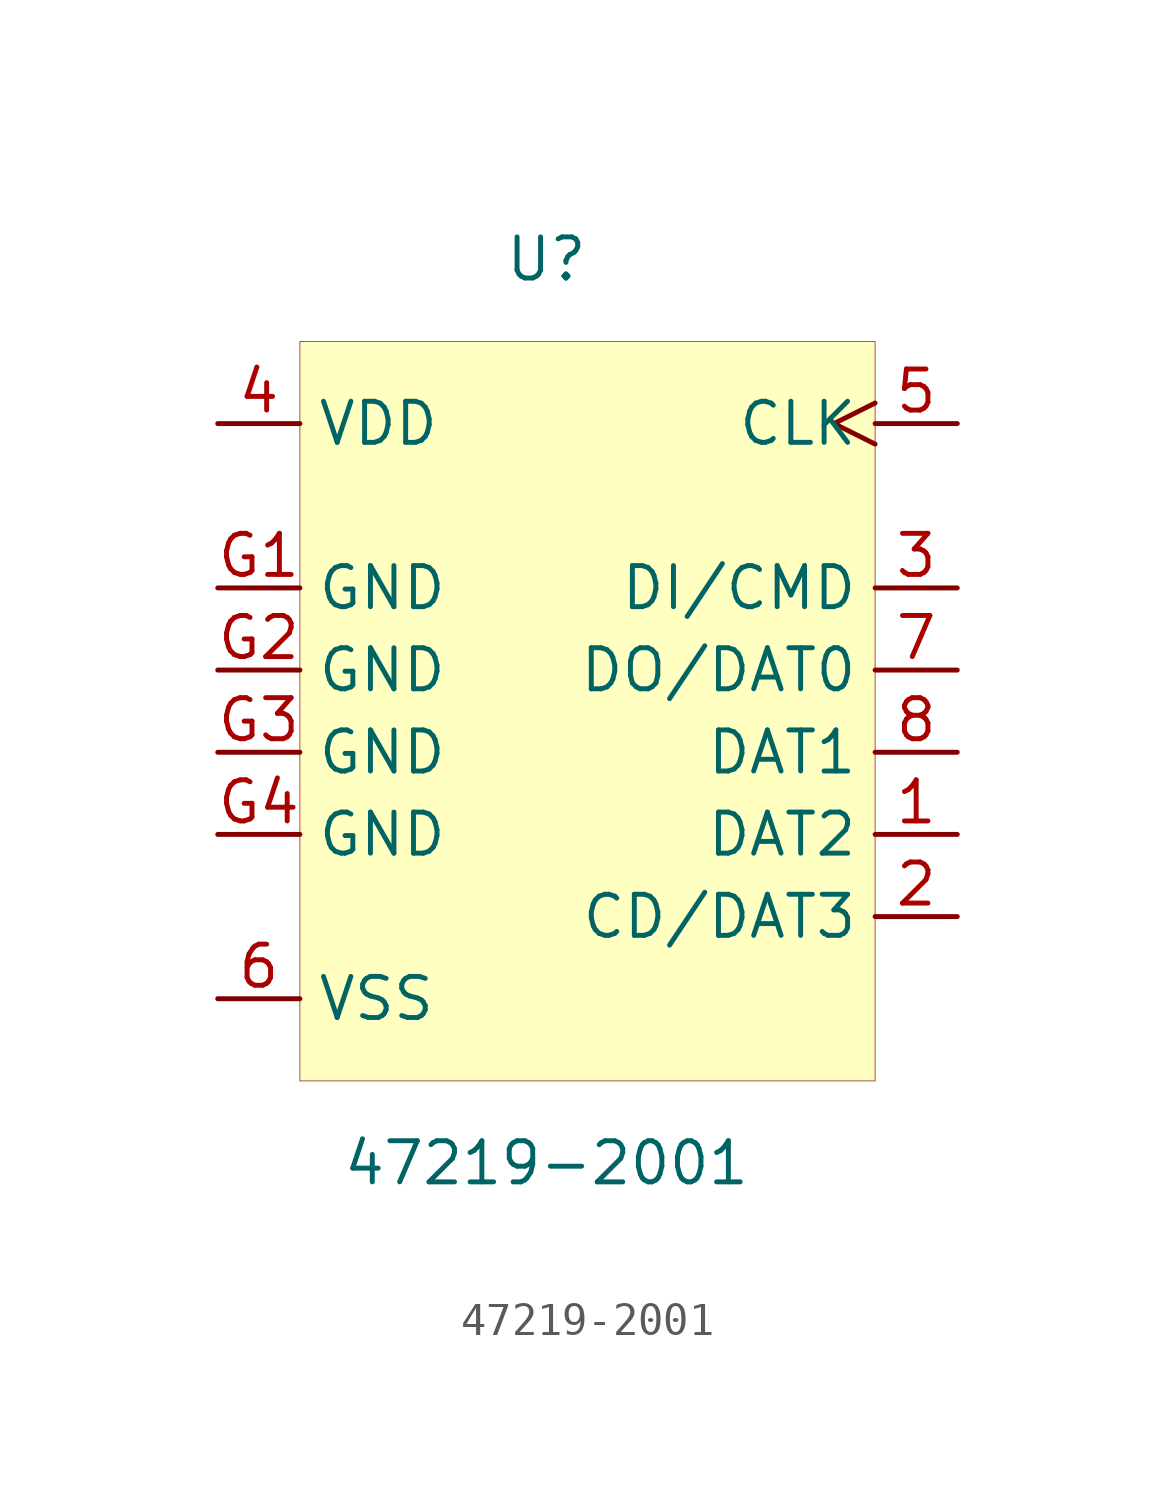
<source format=kicad_sym>
(kicad_symbol_lib
  (version 20200126)
  (host kicad_symbol_editor "(5.99.0-1846-ga8c2d17d6)")
  (symbol "47219-2001:47219-2001"
    (property "Reference" "U"
      (at -2.54 12.7 0)
      (effects (font (size 1.27 1.27))))
    (property "Value" "47219-2001"
      (at -2.54 -15.24 0)
      (effects (font (size 1.27 1.27))))
    (symbol "47219-2001_0_1"
      (rectangle (start -10.16 10.16) (end 7.62 -12.7) (stroke (width 0.001)) (fill (type background))))
    (symbol "47219-2001_1_1"
      (pin power_in line (at -12.7 7.62 0) (length 2.54) (name "VDD" (effects (font (size 1.27 1.27)))) (number "4" (effects (font (size 1.27 1.27)))))
      (pin power_out line (at -12.7 2.54 0) (length 2.54) (name "GND" (effects (font (size 1.27 1.27)))) (number "G1" (effects (font (size 1.27 1.27)))))
      (pin power_out line (at -12.7 0 0) (length 2.54) (name "GND" (effects (font (size 1.27 1.27)))) (number "G2" (effects (font (size 1.27 1.27)))))
      (pin power_out line (at -12.7 -2.54 0) (length 2.54) (name "GND" (effects (font (size 1.27 1.27)))) (number "G3" (effects (font (size 1.27 1.27)))))
      (pin power_out line (at -12.7 -5.08 0) (length 2.54) (name "GND" (effects (font (size 1.27 1.27)))) (number "G4" (effects (font (size 1.27 1.27)))))
      (pin power_out line (at -12.7 -10.16 0) (length 2.54) (name "VSS" (effects (font (size 1.27 1.27)))) (number "6" (effects (font (size 1.27 1.27)))))
      (pin unspecified clock (at 10.16 7.62 180) (length 2.54) (name "CLK" (effects (font (size 1.27 1.27)))) (number "5" (effects (font (size 1.27 1.27)))))
      (pin bidirectional line (at 10.16 2.54 180) (length 2.54) (name "DI/CMD" (effects (font (size 1.27 1.27)))) (number "3" (effects (font (size 1.27 1.27)))))
      (pin bidirectional line (at 10.16 0 180) (length 2.54) (name "DO/DAT0" (effects (font (size 1.27 1.27)))) (number "7" (effects (font (size 1.27 1.27)))))
      (pin bidirectional line (at 10.16 -2.54 180) (length 2.54) (name "DAT1" (effects (font (size 1.27 1.27)))) (number "8" (effects (font (size 1.27 1.27)))))
      (pin bidirectional line (at 10.16 -5.08 180) (length 2.54) (name "DAT2" (effects (font (size 1.27 1.27)))) (number "1" (effects (font (size 1.27 1.27)))))
      (pin bidirectional line (at 10.16 -7.62 180) (length 2.54) (name "CD/DAT3" (effects (font (size 1.27 1.27)))) (number "2" (effects (font (size 1.27 1.27))))))))
</source>
